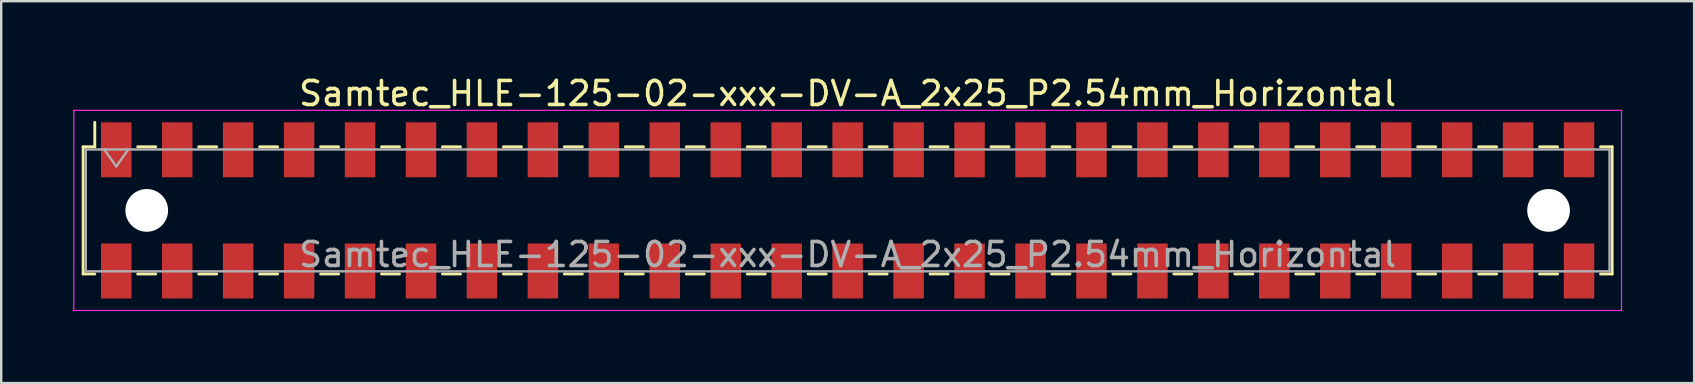
<source format=kicad_pcb>
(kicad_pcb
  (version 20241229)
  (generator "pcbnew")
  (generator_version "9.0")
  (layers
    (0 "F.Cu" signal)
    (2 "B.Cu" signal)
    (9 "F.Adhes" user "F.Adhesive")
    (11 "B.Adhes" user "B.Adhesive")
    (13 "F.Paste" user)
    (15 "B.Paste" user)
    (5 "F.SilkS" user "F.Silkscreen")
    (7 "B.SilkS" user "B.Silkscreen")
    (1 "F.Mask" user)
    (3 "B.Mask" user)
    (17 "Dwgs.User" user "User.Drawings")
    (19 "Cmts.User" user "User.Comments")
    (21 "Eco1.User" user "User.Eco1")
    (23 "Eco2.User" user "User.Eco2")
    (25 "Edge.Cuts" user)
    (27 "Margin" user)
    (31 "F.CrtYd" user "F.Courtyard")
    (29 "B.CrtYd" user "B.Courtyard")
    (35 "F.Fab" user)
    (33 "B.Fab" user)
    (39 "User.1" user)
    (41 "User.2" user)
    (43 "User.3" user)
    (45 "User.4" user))
  (footprint "Samtec_HLE-125-02-xxx-DV-A_2x25_P2.54mm_Horizontal"
    (layer "F.Cu")
    (at 32.275 5.718)
    (property "Reference" "Samtec_HLE-125-02-xxx-DV-A_2x25_P2.54mm_Horizontal" (at 0 -4.87 0) (layer "F.SilkS") (effects (font (size 1 1) (thickness 0.15))))
    (attr smd)
    (fp_line (start -31.86 -2.65) (end -31.86 2.65) (stroke (width 0.12) (type solid)) (layer "F.SilkS"))
    (fp_line (start -31.86 2.65) (end -31.375 2.65) (stroke (width 0.12) (type solid)) (layer "F.SilkS"))
    (fp_line (start -31.375 -3.67) (end -31.375 -2.65) (stroke (width 0.12) (type solid)) (layer "F.SilkS"))
    (fp_line (start -31.375 -2.65) (end -31.86 -2.65) (stroke (width 0.12) (type solid)) (layer "F.SilkS"))
    (fp_line (start -29.585 -2.65) (end -28.835 -2.65) (stroke (width 0.12) (type solid)) (layer "F.SilkS"))
    (fp_line (start -29.585 2.65) (end -28.835 2.65) (stroke (width 0.12) (type solid)) (layer "F.SilkS"))
    (fp_line (start -27.045 -2.65) (end -26.295 -2.65) (stroke (width 0.12) (type solid)) (layer "F.SilkS"))
    (fp_line (start -27.045 2.65) (end -26.295 2.65) (stroke (width 0.12) (type solid)) (layer "F.SilkS"))
    (fp_line (start -24.505 -2.65) (end -23.755 -2.65) (stroke (width 0.12) (type solid)) (layer "F.SilkS"))
    (fp_line (start -24.505 2.65) (end -23.755 2.65) (stroke (width 0.12) (type solid)) (layer "F.SilkS"))
    (fp_line (start -21.965 -2.65) (end -21.215 -2.65) (stroke (width 0.12) (type solid)) (layer "F.SilkS"))
    (fp_line (start -21.965 2.65) (end -21.215 2.65) (stroke (width 0.12) (type solid)) (layer "F.SilkS"))
    (fp_line (start -19.425 -2.65) (end -18.675 -2.65) (stroke (width 0.12) (type solid)) (layer "F.SilkS"))
    (fp_line (start -19.425 2.65) (end -18.675 2.65) (stroke (width 0.12) (type solid)) (layer "F.SilkS"))
    (fp_line (start -16.885 -2.65) (end -16.135 -2.65) (stroke (width 0.12) (type solid)) (layer "F.SilkS"))
    (fp_line (start -16.885 2.65) (end -16.135 2.65) (stroke (width 0.12) (type solid)) (layer "F.SilkS"))
    (fp_line (start -14.345 -2.65) (end -13.595 -2.65) (stroke (width 0.12) (type solid)) (layer "F.SilkS"))
    (fp_line (start -14.345 2.65) (end -13.595 2.65) (stroke (width 0.12) (type solid)) (layer "F.SilkS"))
    (fp_line (start -11.805 -2.65) (end -11.055 -2.65) (stroke (width 0.12) (type solid)) (layer "F.SilkS"))
    (fp_line (start -11.805 2.65) (end -11.055 2.65) (stroke (width 0.12) (type solid)) (layer "F.SilkS"))
    (fp_line (start -9.265 -2.65) (end -8.515 -2.65) (stroke (width 0.12) (type solid)) (layer "F.SilkS"))
    (fp_line (start -9.265 2.65) (end -8.515 2.65) (stroke (width 0.12) (type solid)) (layer "F.SilkS"))
    (fp_line (start -6.725 -2.65) (end -5.975 -2.65) (stroke (width 0.12) (type solid)) (layer "F.SilkS"))
    (fp_line (start -6.725 2.65) (end -5.975 2.65) (stroke (width 0.12) (type solid)) (layer "F.SilkS"))
    (fp_line (start -4.185 -2.65) (end -3.435 -2.65) (stroke (width 0.12) (type solid)) (layer "F.SilkS"))
    (fp_line (start -4.185 2.65) (end -3.435 2.65) (stroke (width 0.12) (type solid)) (layer "F.SilkS"))
    (fp_line (start -1.645 -2.65) (end -0.895 -2.65) (stroke (width 0.12) (type solid)) (layer "F.SilkS"))
    (fp_line (start -1.645 2.65) (end -0.895 2.65) (stroke (width 0.12) (type solid)) (layer "F.SilkS"))
    (fp_line (start 0.895 -2.65) (end 1.645 -2.65) (stroke (width 0.12) (type solid)) (layer "F.SilkS"))
    (fp_line (start 0.895 2.65) (end 1.645 2.65) (stroke (width 0.12) (type solid)) (layer "F.SilkS"))
    (fp_line (start 3.435 -2.65) (end 4.185 -2.65) (stroke (width 0.12) (type solid)) (layer "F.SilkS"))
    (fp_line (start 3.435 2.65) (end 4.185 2.65) (stroke (width 0.12) (type solid)) (layer "F.SilkS"))
    (fp_line (start 5.975 -2.65) (end 6.725 -2.65) (stroke (width 0.12) (type solid)) (layer "F.SilkS"))
    (fp_line (start 5.975 2.65) (end 6.725 2.65) (stroke (width 0.12) (type solid)) (layer "F.SilkS"))
    (fp_line (start 8.515 -2.65) (end 9.265 -2.65) (stroke (width 0.12) (type solid)) (layer "F.SilkS"))
    (fp_line (start 8.515 2.65) (end 9.265 2.65) (stroke (width 0.12) (type solid)) (layer "F.SilkS"))
    (fp_line (start 11.055 -2.65) (end 11.805 -2.65) (stroke (width 0.12) (type solid)) (layer "F.SilkS"))
    (fp_line (start 11.055 2.65) (end 11.805 2.65) (stroke (width 0.12) (type solid)) (layer "F.SilkS"))
    (fp_line (start 13.595 -2.65) (end 14.345 -2.65) (stroke (width 0.12) (type solid)) (layer "F.SilkS"))
    (fp_line (start 13.595 2.65) (end 14.345 2.65) (stroke (width 0.12) (type solid)) (layer "F.SilkS"))
    (fp_line (start 16.135 -2.65) (end 16.885 -2.65) (stroke (width 0.12) (type solid)) (layer "F.SilkS"))
    (fp_line (start 16.135 2.65) (end 16.885 2.65) (stroke (width 0.12) (type solid)) (layer "F.SilkS"))
    (fp_line (start 18.675 -2.65) (end 19.425 -2.65) (stroke (width 0.12) (type solid)) (layer "F.SilkS"))
    (fp_line (start 18.675 2.65) (end 19.425 2.65) (stroke (width 0.12) (type solid)) (layer "F.SilkS"))
    (fp_line (start 21.215 -2.65) (end 21.965 -2.65) (stroke (width 0.12) (type solid)) (layer "F.SilkS"))
    (fp_line (start 21.215 2.65) (end 21.965 2.65) (stroke (width 0.12) (type solid)) (layer "F.SilkS"))
    (fp_line (start 23.755 -2.65) (end 24.505 -2.65) (stroke (width 0.12) (type solid)) (layer "F.SilkS"))
    (fp_line (start 23.755 2.65) (end 24.505 2.65) (stroke (width 0.12) (type solid)) (layer "F.SilkS"))
    (fp_line (start 26.295 -2.65) (end 27.045 -2.65) (stroke (width 0.12) (type solid)) (layer "F.SilkS"))
    (fp_line (start 26.295 2.65) (end 27.045 2.65) (stroke (width 0.12) (type solid)) (layer "F.SilkS"))
    (fp_line (start 28.835 -2.65) (end 29.585 -2.65) (stroke (width 0.12) (type solid)) (layer "F.SilkS"))
    (fp_line (start 28.835 2.65) (end 29.585 2.65) (stroke (width 0.12) (type solid)) (layer "F.SilkS"))
    (fp_line (start 31.375 -2.65) (end 31.86 -2.65) (stroke (width 0.12) (type solid)) (layer "F.SilkS"))
    (fp_line (start 31.86 -2.65) (end 31.86 2.65) (stroke (width 0.12) (type solid)) (layer "F.SilkS"))
    (fp_line (start 31.86 2.65) (end 31.375 2.65) (stroke (width 0.12) (type solid)) (layer "F.SilkS"))
    (fp_line (start -32.25 -4.17) (end 32.25 -4.17) (stroke (width 0.05) (type solid)) (layer "F.CrtYd"))
    (fp_line (start -32.25 4.17) (end -32.25 -4.17) (stroke (width 0.05) (type solid)) (layer "F.CrtYd"))
    (fp_line (start 32.25 -4.17) (end 32.25 4.17) (stroke (width 0.05) (type solid)) (layer "F.CrtYd"))
    (fp_line (start 32.25 4.17) (end -32.25 4.17) (stroke (width 0.05) (type solid)) (layer "F.CrtYd"))
    (fp_line (start -31.75 -2.54) (end 31.75 -2.54) (stroke (width 0.1) (type solid)) (layer "F.Fab"))
    (fp_line (start -31.75 2.54) (end -31.75 -2.54) (stroke (width 0.1) (type solid)) (layer "F.Fab"))
    (fp_line (start -30.98 -2.54) (end -30.48 -1.833) (stroke (width 0.1) (type solid)) (layer "F.Fab"))
    (fp_line (start -30.48 -1.833) (end -29.98 -2.54) (stroke (width 0.1) (type solid)) (layer "F.Fab"))
    (fp_line (start 31.75 -2.54) (end 31.75 2.54) (stroke (width 0.1) (type solid)) (layer "F.Fab"))
    (fp_line (start 31.75 2.54) (end -31.75 2.54) (stroke (width 0.1) (type solid)) (layer "F.Fab"))
    (fp_text user "${REFERENCE}" (at 0 1.84 0) (layer "F.Fab") (effects (font (size 1 1) (thickness 0.15))))
    (pad "" np_thru_hole circle (at -29.21 0) (size 1.78 1.78) (drill 1.78) (layers "*.Cu" "*.Mask"))
    (pad "" np_thru_hole circle (at 29.21 0) (size 1.78 1.78) (drill 1.78) (layers "*.Cu" "*.Mask"))
    (pad "1" smd rect (at -30.48 -2.525) (size 1.27 2.29) (layers "F.Cu" "F.Mask" "F.Paste"))
    (pad "2" smd rect (at -30.48 2.525) (size 1.27 2.29) (layers "F.Cu" "F.Mask" "F.Paste"))
    (pad "3" smd rect (at -27.94 -2.525) (size 1.27 2.29) (layers "F.Cu" "F.Mask" "F.Paste"))
    (pad "4" smd rect (at -27.94 2.525) (size 1.27 2.29) (layers "F.Cu" "F.Mask" "F.Paste"))
    (pad "5" smd rect (at -25.4 -2.525) (size 1.27 2.29) (layers "F.Cu" "F.Mask" "F.Paste"))
    (pad "6" smd rect (at -25.4 2.525) (size 1.27 2.29) (layers "F.Cu" "F.Mask" "F.Paste"))
    (pad "7" smd rect (at -22.86 -2.525) (size 1.27 2.29) (layers "F.Cu" "F.Mask" "F.Paste"))
    (pad "8" smd rect (at -22.86 2.525) (size 1.27 2.29) (layers "F.Cu" "F.Mask" "F.Paste"))
    (pad "9" smd rect (at -20.32 -2.525) (size 1.27 2.29) (layers "F.Cu" "F.Mask" "F.Paste"))
    (pad "10" smd rect (at -20.32 2.525) (size 1.27 2.29) (layers "F.Cu" "F.Mask" "F.Paste"))
    (pad "11" smd rect (at -17.78 -2.525) (size 1.27 2.29) (layers "F.Cu" "F.Mask" "F.Paste"))
    (pad "12" smd rect (at -17.78 2.525) (size 1.27 2.29) (layers "F.Cu" "F.Mask" "F.Paste"))
    (pad "13" smd rect (at -15.24 -2.525) (size 1.27 2.29) (layers "F.Cu" "F.Mask" "F.Paste"))
    (pad "14" smd rect (at -15.24 2.525) (size 1.27 2.29) (layers "F.Cu" "F.Mask" "F.Paste"))
    (pad "15" smd rect (at -12.7 -2.525) (size 1.27 2.29) (layers "F.Cu" "F.Mask" "F.Paste"))
    (pad "16" smd rect (at -12.7 2.525) (size 1.27 2.29) (layers "F.Cu" "F.Mask" "F.Paste"))
    (pad "17" smd rect (at -10.16 -2.525) (size 1.27 2.29) (layers "F.Cu" "F.Mask" "F.Paste"))
    (pad "18" smd rect (at -10.16 2.525) (size 1.27 2.29) (layers "F.Cu" "F.Mask" "F.Paste"))
    (pad "19" smd rect (at -7.62 -2.525) (size 1.27 2.29) (layers "F.Cu" "F.Mask" "F.Paste"))
    (pad "20" smd rect (at -7.62 2.525) (size 1.27 2.29) (layers "F.Cu" "F.Mask" "F.Paste"))
    (pad "21" smd rect (at -5.08 -2.525) (size 1.27 2.29) (layers "F.Cu" "F.Mask" "F.Paste"))
    (pad "22" smd rect (at -5.08 2.525) (size 1.27 2.29) (layers "F.Cu" "F.Mask" "F.Paste"))
    (pad "23" smd rect (at -2.54 -2.525) (size 1.27 2.29) (layers "F.Cu" "F.Mask" "F.Paste"))
    (pad "24" smd rect (at -2.54 2.525) (size 1.27 2.29) (layers "F.Cu" "F.Mask" "F.Paste"))
    (pad "25" smd rect (at 0 -2.525) (size 1.27 2.29) (layers "F.Cu" "F.Mask" "F.Paste"))
    (pad "26" smd rect (at 0 2.525) (size 1.27 2.29) (layers "F.Cu" "F.Mask" "F.Paste"))
    (pad "27" smd rect (at 2.54 -2.525) (size 1.27 2.29) (layers "F.Cu" "F.Mask" "F.Paste"))
    (pad "28" smd rect (at 2.54 2.525) (size 1.27 2.29) (layers "F.Cu" "F.Mask" "F.Paste"))
    (pad "29" smd rect (at 5.08 -2.525) (size 1.27 2.29) (layers "F.Cu" "F.Mask" "F.Paste"))
    (pad "30" smd rect (at 5.08 2.525) (size 1.27 2.29) (layers "F.Cu" "F.Mask" "F.Paste"))
    (pad "31" smd rect (at 7.62 -2.525) (size 1.27 2.29) (layers "F.Cu" "F.Mask" "F.Paste"))
    (pad "32" smd rect (at 7.62 2.525) (size 1.27 2.29) (layers "F.Cu" "F.Mask" "F.Paste"))
    (pad "33" smd rect (at 10.16 -2.525) (size 1.27 2.29) (layers "F.Cu" "F.Mask" "F.Paste"))
    (pad "34" smd rect (at 10.16 2.525) (size 1.27 2.29) (layers "F.Cu" "F.Mask" "F.Paste"))
    (pad "35" smd rect (at 12.7 -2.525) (size 1.27 2.29) (layers "F.Cu" "F.Mask" "F.Paste"))
    (pad "36" smd rect (at 12.7 2.525) (size 1.27 2.29) (layers "F.Cu" "F.Mask" "F.Paste"))
    (pad "37" smd rect (at 15.24 -2.525) (size 1.27 2.29) (layers "F.Cu" "F.Mask" "F.Paste"))
    (pad "38" smd rect (at 15.24 2.525) (size 1.27 2.29) (layers "F.Cu" "F.Mask" "F.Paste"))
    (pad "39" smd rect (at 17.78 -2.525) (size 1.27 2.29) (layers "F.Cu" "F.Mask" "F.Paste"))
    (pad "40" smd rect (at 17.78 2.525) (size 1.27 2.29) (layers "F.Cu" "F.Mask" "F.Paste"))
    (pad "41" smd rect (at 20.32 -2.525) (size 1.27 2.29) (layers "F.Cu" "F.Mask" "F.Paste"))
    (pad "42" smd rect (at 20.32 2.525) (size 1.27 2.29) (layers "F.Cu" "F.Mask" "F.Paste"))
    (pad "43" smd rect (at 22.86 -2.525) (size 1.27 2.29) (layers "F.Cu" "F.Mask" "F.Paste"))
    (pad "44" smd rect (at 22.86 2.525) (size 1.27 2.29) (layers "F.Cu" "F.Mask" "F.Paste"))
    (pad "45" smd rect (at 25.4 -2.525) (size 1.27 2.29) (layers "F.Cu" "F.Mask" "F.Paste"))
    (pad "46" smd rect (at 25.4 2.525) (size 1.27 2.29) (layers "F.Cu" "F.Mask" "F.Paste"))
    (pad "47" smd rect (at 27.94 -2.525) (size 1.27 2.29) (layers "F.Cu" "F.Mask" "F.Paste"))
    (pad "48" smd rect (at 27.94 2.525) (size 1.27 2.29) (layers "F.Cu" "F.Mask" "F.Paste"))
    (pad "49" smd rect (at 30.48 -2.525) (size 1.27 2.29) (layers "F.Cu" "F.Mask" "F.Paste"))
    (pad "50" smd rect (at 30.48 2.525) (size 1.27 2.29) (layers "F.Cu" "F.Mask" "F.Paste")))
  (gr_rect
    (start -3 -3)
    (end 67.55 12.913)
    (stroke (width 0.1) (type default))
    (fill no)
    (layer "Edge.Cuts")))
</source>
